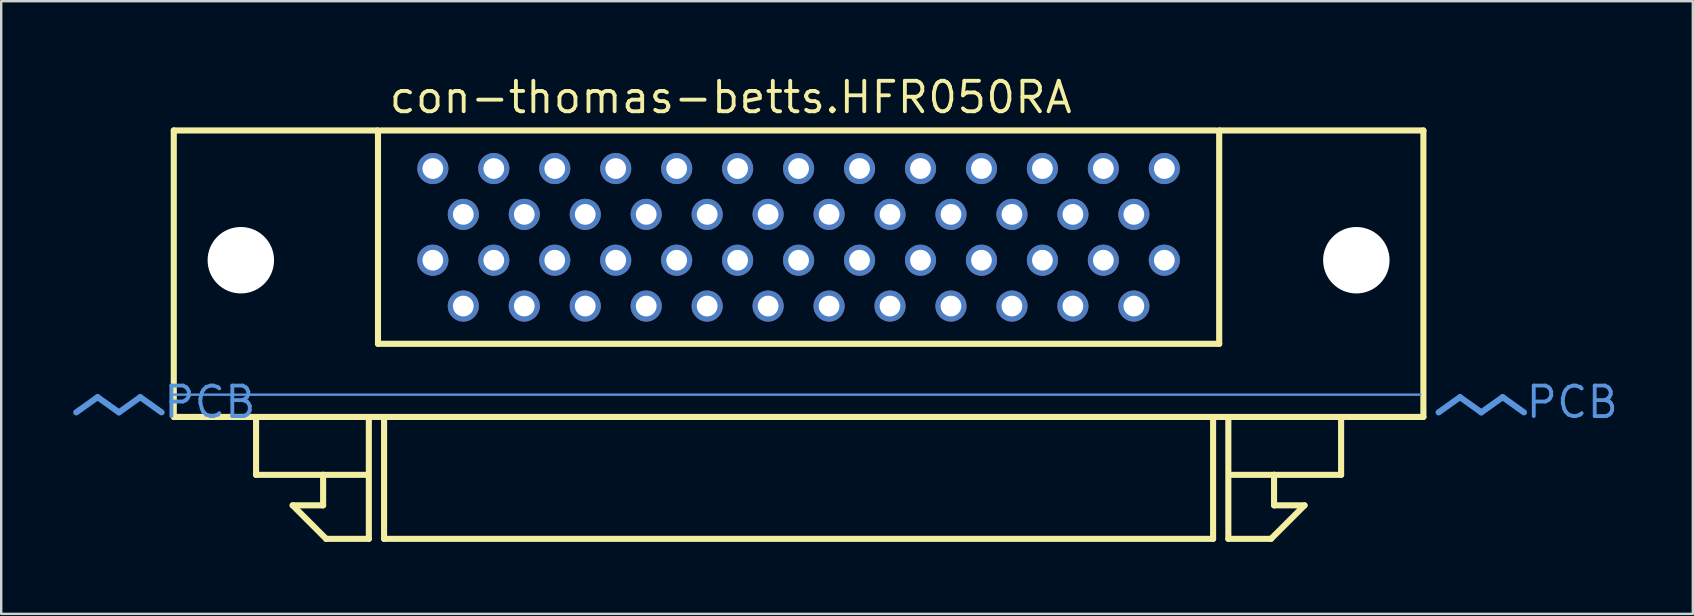
<source format=kicad_pcb>
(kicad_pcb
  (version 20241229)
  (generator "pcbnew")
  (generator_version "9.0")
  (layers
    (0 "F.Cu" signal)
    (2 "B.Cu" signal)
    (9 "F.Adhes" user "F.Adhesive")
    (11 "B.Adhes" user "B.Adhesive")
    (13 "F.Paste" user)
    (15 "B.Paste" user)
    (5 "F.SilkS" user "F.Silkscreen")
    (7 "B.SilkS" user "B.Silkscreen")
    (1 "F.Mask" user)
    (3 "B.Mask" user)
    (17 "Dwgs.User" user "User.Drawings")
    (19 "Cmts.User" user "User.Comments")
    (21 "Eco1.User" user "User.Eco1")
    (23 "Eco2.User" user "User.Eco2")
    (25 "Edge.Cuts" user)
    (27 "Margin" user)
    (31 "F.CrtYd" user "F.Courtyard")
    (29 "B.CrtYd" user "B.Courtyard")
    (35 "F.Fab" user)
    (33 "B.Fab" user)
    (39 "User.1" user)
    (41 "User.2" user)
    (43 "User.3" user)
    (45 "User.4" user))
  (footprint "con-thomas-betts.HFR050RA"
    (layer "F.Cu")
    (at 30.226 12.863)
    (property "Reference" "con-thomas-betts.HFR050RA" (at -17.145 -11.113 0) (layer "F.SilkS") (effects (font (size 1.27 1.27) (thickness 0.16)) (justify left bottom)))
    (attr through_hole)
    (fp_line (start -26.035 -10.477) (end -17.526 -10.477) (stroke (width 0.254) (type default)) (layer "F.SilkS"))
    (fp_line (start -26.035 1.46) (end -26.035 -10.477) (stroke (width 0.254) (type default)) (layer "F.SilkS"))
    (fp_line (start -22.606 3.873) (end -22.606 1.587) (stroke (width 0.254) (type default)) (layer "F.SilkS"))
    (fp_line (start -21.082 5.144) (end -19.812 5.144) (stroke (width 0.254) (type default)) (layer "F.SilkS"))
    (fp_line (start -19.812 3.873) (end -22.606 3.873) (stroke (width 0.254) (type default)) (layer "F.SilkS"))
    (fp_line (start -19.812 3.873) (end -18.034 3.873) (stroke (width 0.254) (type default)) (layer "F.SilkS"))
    (fp_line (start -19.812 5.144) (end -19.812 3.873) (stroke (width 0.254) (type default)) (layer "F.SilkS"))
    (fp_line (start -19.685 6.54) (end -21.082 5.144) (stroke (width 0.254) (type default)) (layer "F.SilkS"))
    (fp_line (start -17.907 1.587) (end -17.907 6.54) (stroke (width 0.254) (type default)) (layer "F.SilkS"))
    (fp_line (start -17.907 6.54) (end -19.685 6.54) (stroke (width 0.254) (type default)) (layer "F.SilkS"))
    (fp_line (start -17.526 -10.477) (end -17.526 -1.587) (stroke (width 0.254) (type default)) (layer "F.SilkS"))
    (fp_line (start -17.526 -1.587) (end 17.526 -1.587) (stroke (width 0.254) (type default)) (layer "F.SilkS"))
    (fp_line (start -17.399 -10.477) (end 17.399 -10.477) (stroke (width 0.254) (type default)) (layer "F.SilkS"))
    (fp_line (start -17.272 6.54) (end -17.272 1.587) (stroke (width 0.254) (type default)) (layer "F.SilkS"))
    (fp_line (start 17.272 1.587) (end 17.272 6.54) (stroke (width 0.254) (type default)) (layer "F.SilkS"))
    (fp_line (start 17.272 6.54) (end -17.272 6.54) (stroke (width 0.254) (type default)) (layer "F.SilkS"))
    (fp_line (start 17.526 -10.477) (end 26.035 -10.477) (stroke (width 0.254) (type default)) (layer "F.SilkS"))
    (fp_line (start 17.526 -1.587) (end 17.526 -10.477) (stroke (width 0.254) (type default)) (layer "F.SilkS"))
    (fp_line (start 17.907 1.587) (end 17.907 6.54) (stroke (width 0.254) (type default)) (layer "F.SilkS"))
    (fp_line (start 17.907 6.54) (end 19.685 6.54) (stroke (width 0.254) (type default)) (layer "F.SilkS"))
    (fp_line (start 19.685 6.54) (end 21.082 5.144) (stroke (width 0.254) (type default)) (layer "F.SilkS"))
    (fp_line (start 19.812 3.873) (end 18.034 3.873) (stroke (width 0.254) (type default)) (layer "F.SilkS"))
    (fp_line (start 19.812 3.873) (end 22.606 3.873) (stroke (width 0.254) (type default)) (layer "F.SilkS"))
    (fp_line (start 19.812 5.144) (end 19.812 3.873) (stroke (width 0.254) (type default)) (layer "F.SilkS"))
    (fp_line (start 21.082 5.144) (end 19.812 5.144) (stroke (width 0.254) (type default)) (layer "F.SilkS"))
    (fp_line (start 22.606 3.873) (end 22.606 1.587) (stroke (width 0.254) (type default)) (layer "F.SilkS"))
    (fp_line (start 26.035 -10.477) (end 26.035 1.46) (stroke (width 0.254) (type default)) (layer "F.SilkS"))
    (fp_line (start 26.035 1.46) (end -26.035 1.46) (stroke (width 0.254) (type default)) (layer "F.SilkS"))
    (fp_line (start -29.21 0.635) (end -30.099 1.27) (stroke (width 0.254) (type default)) (layer "Cmts.User"))
    (fp_line (start -29.21 0.635) (end -28.321 1.27) (stroke (width 0.254) (type default)) (layer "Cmts.User"))
    (fp_line (start -27.432 0.635) (end -28.321 1.27) (stroke (width 0.254) (type default)) (layer "Cmts.User"))
    (fp_line (start -27.432 0.635) (end -26.543 1.27) (stroke (width 0.254) (type default)) (layer "Cmts.User"))
    (fp_line (start -26.035 0.533) (end 25.908 0.533) (stroke (width 0.1) (type default)) (layer "Cmts.User"))
    (fp_line (start 27.559 0.635) (end 26.67 1.27) (stroke (width 0.254) (type default)) (layer "Cmts.User"))
    (fp_line (start 27.559 0.635) (end 28.448 1.27) (stroke (width 0.254) (type default)) (layer "Cmts.User"))
    (fp_line (start 29.337 0.635) (end 28.448 1.27) (stroke (width 0.254) (type default)) (layer "Cmts.User"))
    (fp_line (start 29.337 0.635) (end 30.226 1.27) (stroke (width 0.254) (type default)) (layer "Cmts.User"))
    (fp_text user "PCB" (at -26.543 1.587 180) (layer "Cmts.User") (effects (font (size 1.27 1.27) (thickness 0.16)) (justify left bottom)))
    (fp_text user "PCB" (at 30.226 1.587 180) (layer "Cmts.User") (effects (font (size 1.27 1.27) (thickness 0.16)) (justify left bottom)))
    (pad "" np_thru_hole circle (at -23.241 -5.07) (size 2.769 2.769) (drill 2.769) (layers "*.Cu" "*.Mask"))
    (pad "" np_thru_hole circle (at 23.241 -5.07) (size 2.769 2.769) (drill 2.769) (layers "*.Cu" "*.Mask"))
    (pad "1" thru_hole circle (at 15.24 -8.89) (size 1.295 1.295) (drill 0.864) (layers "*.Cu" "*.Mask"))
    (pad "2" thru_hole circle (at 13.97 -6.98) (size 1.295 1.295) (drill 0.864) (layers "*.Cu" "*.Mask"))
    (pad "3" thru_hole circle (at 12.7 -8.89) (size 1.295 1.295) (drill 0.864) (layers "*.Cu" "*.Mask"))
    (pad "4" thru_hole circle (at 11.43 -6.98) (size 1.295 1.295) (drill 0.864) (layers "*.Cu" "*.Mask"))
    (pad "5" thru_hole circle (at 10.16 -8.89) (size 1.295 1.295) (drill 0.864) (layers "*.Cu" "*.Mask"))
    (pad "6" thru_hole circle (at 8.89 -6.98) (size 1.295 1.295) (drill 0.864) (layers "*.Cu" "*.Mask"))
    (pad "7" thru_hole circle (at 7.62 -8.89) (size 1.295 1.295) (drill 0.864) (layers "*.Cu" "*.Mask"))
    (pad "8" thru_hole circle (at 6.35 -6.98) (size 1.295 1.295) (drill 0.864) (layers "*.Cu" "*.Mask"))
    (pad "9" thru_hole circle (at 5.08 -8.89) (size 1.295 1.295) (drill 0.864) (layers "*.Cu" "*.Mask"))
    (pad "10" thru_hole circle (at 3.81 -6.98) (size 1.295 1.295) (drill 0.864) (layers "*.Cu" "*.Mask"))
    (pad "11" thru_hole circle (at 2.54 -8.89) (size 1.295 1.295) (drill 0.864) (layers "*.Cu" "*.Mask"))
    (pad "12" thru_hole circle (at 1.27 -6.98) (size 1.295 1.295) (drill 0.864) (layers "*.Cu" "*.Mask"))
    (pad "13" thru_hole circle (at 0 -8.89) (size 1.295 1.295) (drill 0.864) (layers "*.Cu" "*.Mask"))
    (pad "14" thru_hole circle (at -1.27 -6.98) (size 1.295 1.295) (drill 0.864) (layers "*.Cu" "*.Mask"))
    (pad "15" thru_hole circle (at -2.54 -8.89) (size 1.295 1.295) (drill 0.864) (layers "*.Cu" "*.Mask"))
    (pad "16" thru_hole circle (at -3.81 -6.98) (size 1.295 1.295) (drill 0.864) (layers "*.Cu" "*.Mask"))
    (pad "17" thru_hole circle (at -5.08 -8.89) (size 1.295 1.295) (drill 0.864) (layers "*.Cu" "*.Mask"))
    (pad "18" thru_hole circle (at -6.35 -6.98) (size 1.295 1.295) (drill 0.864) (layers "*.Cu" "*.Mask"))
    (pad "19" thru_hole circle (at -7.62 -8.89) (size 1.295 1.295) (drill 0.864) (layers "*.Cu" "*.Mask"))
    (pad "20" thru_hole circle (at -8.89 -6.98) (size 1.295 1.295) (drill 0.864) (layers "*.Cu" "*.Mask"))
    (pad "21" thru_hole circle (at -10.16 -8.89) (size 1.295 1.295) (drill 0.864) (layers "*.Cu" "*.Mask"))
    (pad "22" thru_hole circle (at -11.43 -6.98) (size 1.295 1.295) (drill 0.864) (layers "*.Cu" "*.Mask"))
    (pad "23" thru_hole circle (at -12.7 -8.89) (size 1.295 1.295) (drill 0.864) (layers "*.Cu" "*.Mask"))
    (pad "24" thru_hole circle (at -13.97 -6.98) (size 1.295 1.295) (drill 0.864) (layers "*.Cu" "*.Mask"))
    (pad "25" thru_hole circle (at -15.24 -8.89) (size 1.295 1.295) (drill 0.864) (layers "*.Cu" "*.Mask"))
    (pad "26" thru_hole circle (at 15.24 -5.07) (size 1.295 1.295) (drill 0.864) (layers "*.Cu" "*.Mask"))
    (pad "27" thru_hole circle (at 13.97 -3.16) (size 1.295 1.295) (drill 0.864) (layers "*.Cu" "*.Mask"))
    (pad "28" thru_hole circle (at 12.7 -5.07) (size 1.295 1.295) (drill 0.864) (layers "*.Cu" "*.Mask"))
    (pad "29" thru_hole circle (at 11.43 -3.16) (size 1.295 1.295) (drill 0.864) (layers "*.Cu" "*.Mask"))
    (pad "30" thru_hole circle (at 10.16 -5.07) (size 1.295 1.295) (drill 0.864) (layers "*.Cu" "*.Mask"))
    (pad "31" thru_hole circle (at 8.89 -3.16) (size 1.295 1.295) (drill 0.864) (layers "*.Cu" "*.Mask"))
    (pad "32" thru_hole circle (at 7.62 -5.07) (size 1.295 1.295) (drill 0.864) (layers "*.Cu" "*.Mask"))
    (pad "33" thru_hole circle (at 6.35 -3.16) (size 1.295 1.295) (drill 0.864) (layers "*.Cu" "*.Mask"))
    (pad "34" thru_hole circle (at 5.08 -5.07) (size 1.295 1.295) (drill 0.864) (layers "*.Cu" "*.Mask"))
    (pad "35" thru_hole circle (at 3.81 -3.16) (size 1.295 1.295) (drill 0.864) (layers "*.Cu" "*.Mask"))
    (pad "36" thru_hole circle (at 2.54 -5.07) (size 1.295 1.295) (drill 0.864) (layers "*.Cu" "*.Mask"))
    (pad "37" thru_hole circle (at 1.27 -3.16) (size 1.295 1.295) (drill 0.864) (layers "*.Cu" "*.Mask"))
    (pad "38" thru_hole circle (at 0 -5.07) (size 1.295 1.295) (drill 0.864) (layers "*.Cu" "*.Mask"))
    (pad "39" thru_hole circle (at -1.27 -3.16) (size 1.295 1.295) (drill 0.864) (layers "*.Cu" "*.Mask"))
    (pad "40" thru_hole circle (at -2.54 -5.07) (size 1.295 1.295) (drill 0.864) (layers "*.Cu" "*.Mask"))
    (pad "41" thru_hole circle (at -3.81 -3.16) (size 1.295 1.295) (drill 0.864) (layers "*.Cu" "*.Mask"))
    (pad "42" thru_hole circle (at -5.08 -5.07) (size 1.295 1.295) (drill 0.864) (layers "*.Cu" "*.Mask"))
    (pad "43" thru_hole circle (at -6.35 -3.16) (size 1.295 1.295) (drill 0.864) (layers "*.Cu" "*.Mask"))
    (pad "44" thru_hole circle (at -7.62 -5.07) (size 1.295 1.295) (drill 0.864) (layers "*.Cu" "*.Mask"))
    (pad "45" thru_hole circle (at -8.89 -3.16) (size 1.295 1.295) (drill 0.864) (layers "*.Cu" "*.Mask"))
    (pad "46" thru_hole circle (at -10.16 -5.07) (size 1.295 1.295) (drill 0.864) (layers "*.Cu" "*.Mask"))
    (pad "47" thru_hole circle (at -11.43 -3.16) (size 1.295 1.295) (drill 0.864) (layers "*.Cu" "*.Mask"))
    (pad "48" thru_hole circle (at -12.7 -5.07) (size 1.295 1.295) (drill 0.864) (layers "*.Cu" "*.Mask"))
    (pad "49" thru_hole circle (at -13.97 -3.16) (size 1.295 1.295) (drill 0.864) (layers "*.Cu" "*.Mask"))
    (pad "50" thru_hole circle (at -15.24 -5.07) (size 1.295 1.295) (drill 0.864) (layers "*.Cu" "*.Mask")))
  (gr_rect
    (start -3 -3)
    (end 67.488 22.53)
    (stroke (width 0.1) (type default))
    (fill no)
    (layer "Edge.Cuts")))
</source>
